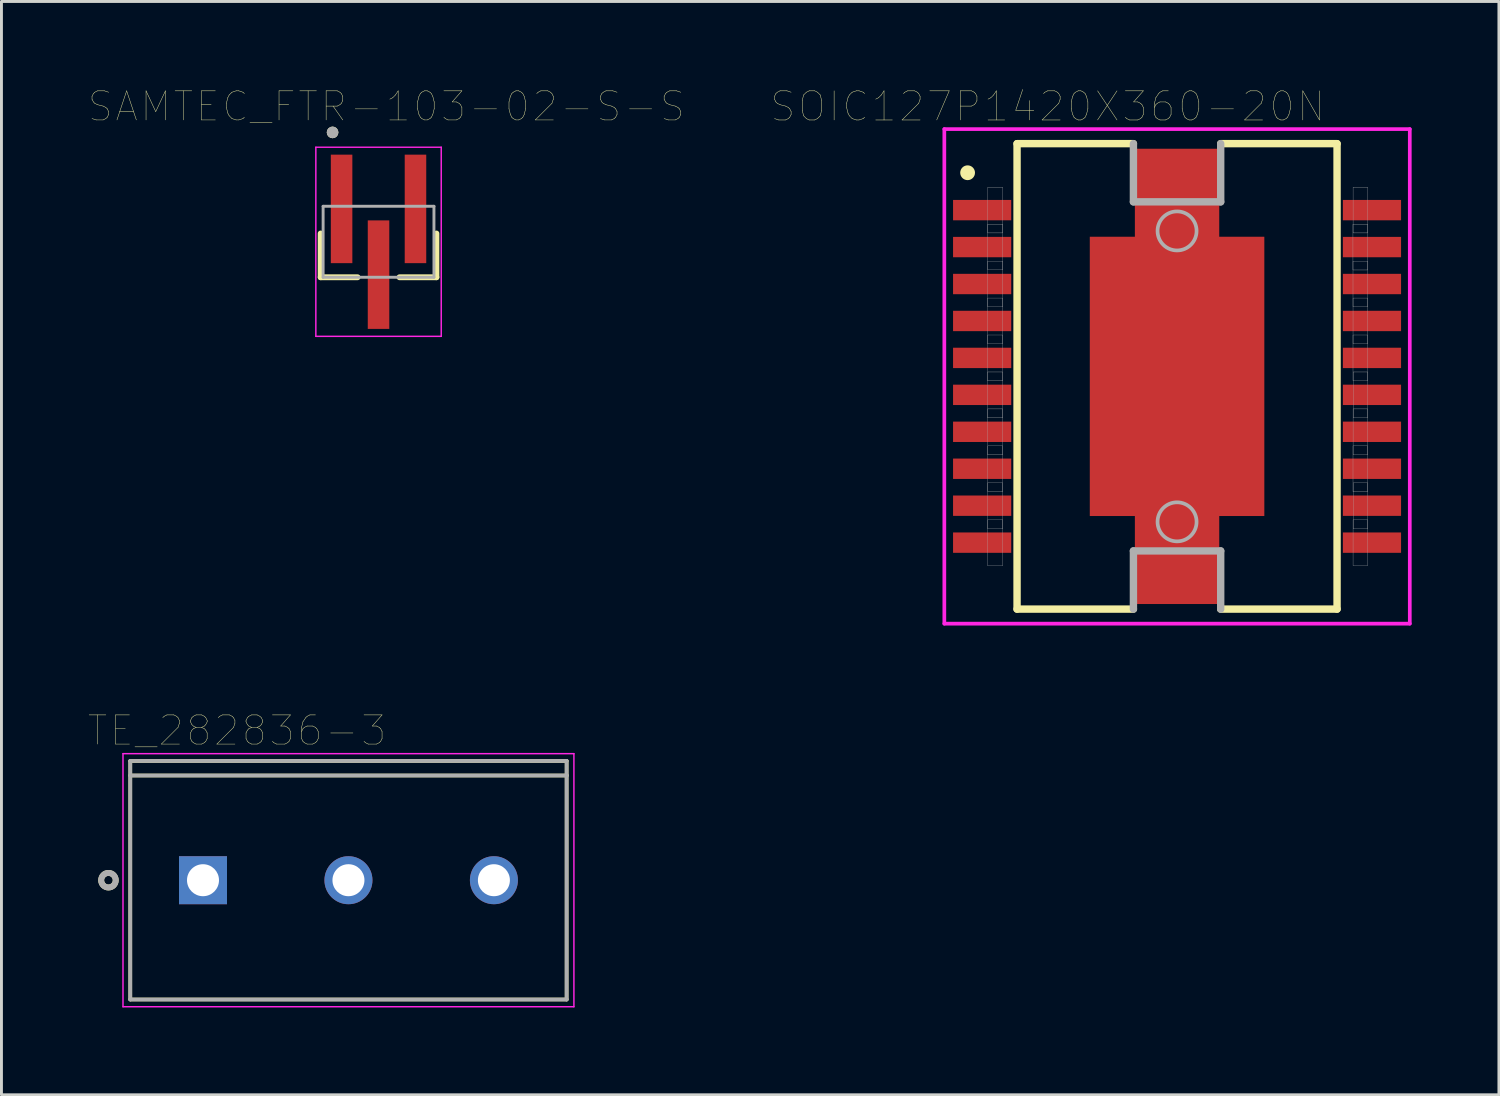
<source format=kicad_pcb>
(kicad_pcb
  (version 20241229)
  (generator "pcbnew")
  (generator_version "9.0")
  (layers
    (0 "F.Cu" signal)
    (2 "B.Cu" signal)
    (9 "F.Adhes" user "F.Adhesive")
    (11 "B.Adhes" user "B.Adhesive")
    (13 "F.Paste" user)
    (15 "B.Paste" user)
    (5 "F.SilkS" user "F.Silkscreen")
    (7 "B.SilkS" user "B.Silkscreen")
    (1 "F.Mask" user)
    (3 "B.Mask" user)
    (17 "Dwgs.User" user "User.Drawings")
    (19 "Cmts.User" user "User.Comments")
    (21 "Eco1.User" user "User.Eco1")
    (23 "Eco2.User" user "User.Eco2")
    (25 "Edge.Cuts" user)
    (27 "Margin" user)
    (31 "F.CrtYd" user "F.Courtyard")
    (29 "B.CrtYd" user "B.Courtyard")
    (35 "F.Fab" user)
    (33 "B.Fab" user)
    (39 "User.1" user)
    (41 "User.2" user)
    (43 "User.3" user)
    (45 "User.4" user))
  (footprint "SOIC127P1420X360-20N"
    (layer "F.Cu")
    (at 37.411 9.888)
    (property "Reference" "SOIC127P1420X360-20N" (at -4.448 -9.277 0) (layer "F.SilkS") (effects (font (size 1.001 1.001) (thickness 0.015))))
    (attr through_hole)
    (fp_line (start -5.5 8) (end -5.5 -8) (stroke (width 0.254) (type solid)) (layer "F.SilkS"))
    (fp_line (start -1.5 -8) (end -5.5 -8) (stroke (width 0.254) (type solid)) (layer "F.SilkS"))
    (fp_line (start -1.5 8) (end -5.5 8) (stroke (width 0.254) (type solid)) (layer "F.SilkS"))
    (fp_line (start 5.5 -8) (end 1.5 -8) (stroke (width 0.254) (type solid)) (layer "F.SilkS"))
    (fp_line (start 5.5 -8) (end 5.5 8) (stroke (width 0.254) (type solid)) (layer "F.SilkS"))
    (fp_line (start 5.5 8) (end 1.5 8) (stroke (width 0.254) (type solid)) (layer "F.SilkS"))
    (fp_circle (center -7.2 -7) (end -6.946 -7) (stroke (width 0) (type solid)) (fill yes) (layer "F.SilkS"))
    (fp_poly (pts (xy -1.901 -3) (xy 1.9 -3) (xy 1.9 3.001) (xy -1.901 3.001)) (stroke (width 0.01) (type solid)) (fill yes) (layer "F.Paste"))
    (fp_line (start -8 -8.5) (end -8 8.5) (stroke (width 0.127) (type solid)) (layer "F.CrtYd"))
    (fp_line (start -8 8.5) (end 8 8.5) (stroke (width 0.127) (type solid)) (layer "F.CrtYd"))
    (fp_line (start 8 -8.5) (end -8 -8.5) (stroke (width 0.127) (type solid)) (layer "F.CrtYd"))
    (fp_line (start 8 8.5) (end 8 -8.5) (stroke (width 0.127) (type solid)) (layer "F.CrtYd"))
    (fp_line (start -1.5 -6) (end -1.5 -8) (stroke (width 0.254) (type solid)) (layer "F.Fab"))
    (fp_line (start -1.5 -6) (end 1.5 -6) (stroke (width 0.254) (type solid)) (layer "F.Fab"))
    (fp_line (start -1.5 6) (end 1.5 6) (stroke (width 0.254) (type solid)) (layer "F.Fab"))
    (fp_line (start -1.5 8) (end -1.5 6) (stroke (width 0.254) (type solid)) (layer "F.Fab"))
    (fp_line (start 1.5 -6) (end 1.5 -8) (stroke (width 0.254) (type solid)) (layer "F.Fab"))
    (fp_line (start 1.5 8) (end 1.5 6) (stroke (width 0.254) (type solid)) (layer "F.Fab"))
    (fp_circle (center 0 -5) (end 0.671 -5) (stroke (width 0.127) (type solid)) (fill no) (layer "F.Fab"))
    (fp_circle (center 0 5) (end 0.671 5) (stroke (width 0.127) (type solid)) (fill no) (layer "F.Fab"))
    (fp_poly (pts (xy -6.515 -2.692) (xy -5.994 -2.692) (xy -5.994 -1.12) (xy -6.515 -1.12)) (stroke (width 0.01) (type solid)) (fill no) (layer "F.Fab"))
    (fp_poly (pts (xy -6.514 -1.422) (xy -5.994 -1.422) (xy -5.994 0.153) (xy -6.514 0.153)) (stroke (width 0.01) (type solid)) (fill no) (layer "F.Fab"))
    (fp_poly (pts (xy -6.514 -0.152) (xy -5.994 -0.152) (xy -5.994 1.425) (xy -6.514 1.425)) (stroke (width 0.01) (type solid)) (fill no) (layer "F.Fab"))
    (fp_poly (pts (xy -6.513 1.118) (xy -5.994 1.118) (xy -5.994 2.697) (xy -6.513 2.697)) (stroke (width 0.01) (type solid)) (fill no) (layer "F.Fab"))
    (fp_poly (pts (xy -6.512 3.658) (xy -5.994 3.658) (xy -5.994 5.24) (xy -6.512 5.24)) (stroke (width 0.01) (type solid)) (fill no) (layer "F.Fab"))
    (fp_poly (pts (xy -6.511 4.928) (xy -5.994 4.928) (xy -5.994 6.511) (xy -6.511 6.511)) (stroke (width 0.01) (type solid)) (fill no) (layer "F.Fab"))
    (fp_poly (pts (xy -6.508 -5.232) (xy -5.994 -5.232) (xy -5.994 -3.661) (xy -6.508 -3.661)) (stroke (width 0.01) (type solid)) (fill no) (layer "F.Fab"))
    (fp_poly (pts (xy -6.508 -6.502) (xy -5.994 -6.502) (xy -5.994 -4.932) (xy -6.508 -4.932)) (stroke (width 0.01) (type solid)) (fill no) (layer "F.Fab"))
    (fp_poly (pts (xy -6.507 -3.962) (xy -5.994 -3.962) (xy -5.994 -2.389) (xy -6.507 -2.389)) (stroke (width 0.01) (type solid)) (fill no) (layer "F.Fab"))
    (fp_poly (pts (xy -6.505 2.388) (xy -5.994 2.388) (xy -5.994 3.964) (xy -6.505 3.964)) (stroke (width 0.01) (type solid)) (fill no) (layer "F.Fab"))
    (fp_poly (pts (xy 6.046 -5.232) (xy 6.553 -5.232) (xy 6.553 -3.658) (xy 6.046 -3.658)) (stroke (width 0.01) (type solid)) (fill no) (layer "F.Fab"))
    (fp_poly (pts (xy 6.048 2.388) (xy 6.553 2.388) (xy 6.553 3.964) (xy 6.048 3.964)) (stroke (width 0.01) (type solid)) (fill no) (layer "F.Fab"))
    (fp_poly (pts (xy 6.048 -3.962) (xy 6.553 -3.962) (xy 6.553 -2.389) (xy 6.048 -2.389)) (stroke (width 0.01) (type solid)) (fill no) (layer "F.Fab"))
    (fp_poly (pts (xy 6.048 -1.422) (xy 6.553 -1.422) (xy 6.553 0.152) (xy 6.048 0.152)) (stroke (width 0.01) (type solid)) (fill no) (layer "F.Fab"))
    (fp_poly (pts (xy 6.049 -2.692) (xy 6.553 -2.692) (xy 6.553 -1.118) (xy 6.049 -1.118)) (stroke (width 0.01) (type solid)) (fill no) (layer "F.Fab"))
    (fp_poly (pts (xy 6.05 4.928) (xy 6.553 4.928) (xy 6.553 6.507) (xy 6.05 6.507)) (stroke (width 0.01) (type solid)) (fill no) (layer "F.Fab"))
    (fp_poly (pts (xy 6.051 -6.502) (xy 6.553 -6.502) (xy 6.553 -4.932) (xy 6.051 -4.932)) (stroke (width 0.01) (type solid)) (fill no) (layer "F.Fab"))
    (fp_poly (pts (xy 6.051 1.118) (xy 6.553 1.118) (xy 6.553 2.695) (xy 6.051 2.695)) (stroke (width 0.01) (type solid)) (fill no) (layer "F.Fab"))
    (fp_poly (pts (xy 6.053 -0.152) (xy 6.553 -0.152) (xy 6.553 1.424) (xy 6.053 1.424)) (stroke (width 0.01) (type solid)) (fill no) (layer "F.Fab"))
    (fp_poly (pts (xy 6.056 3.658) (xy 6.553 3.658) (xy 6.553 5.242) (xy 6.056 5.242)) (stroke (width 0.01) (type solid)) (fill no) (layer "F.Fab"))
    (pad "1" smd rect (at -6.7 -5.715) (size 2 0.7) (layers "F.Cu" "F.Mask" "F.Paste"))
    (pad "2" smd rect (at -6.7 -4.445) (size 2 0.7) (layers "F.Cu" "F.Mask" "F.Paste"))
    (pad "3" smd rect (at -6.7 -3.175) (size 2 0.7) (layers "F.Cu" "F.Mask" "F.Paste"))
    (pad "4" smd rect (at -6.7 -1.905) (size 2 0.7) (layers "F.Cu" "F.Mask" "F.Paste"))
    (pad "5" smd rect (at -6.7 -0.635) (size 2 0.7) (layers "F.Cu" "F.Mask" "F.Paste"))
    (pad "6" smd rect (at -6.7 0.635) (size 2 0.7) (layers "F.Cu" "F.Mask" "F.Paste"))
    (pad "7" smd rect (at -6.7 1.905) (size 2 0.7) (layers "F.Cu" "F.Mask" "F.Paste"))
    (pad "8" smd rect (at -6.7 3.175) (size 2 0.7) (layers "F.Cu" "F.Mask" "F.Paste"))
    (pad "9" smd rect (at -6.7 4.445) (size 2 0.7) (layers "F.Cu" "F.Mask" "F.Paste"))
    (pad "10" smd rect (at -6.7 5.715) (size 2 0.7) (layers "F.Cu" "F.Mask" "F.Paste"))
    (pad "11" smd rect (at 6.7 5.715) (size 2 0.7) (layers "F.Cu" "F.Mask" "F.Paste"))
    (pad "12" smd rect (at 6.7 4.445) (size 2 0.7) (layers "F.Cu" "F.Mask" "F.Paste"))
    (pad "13" smd rect (at 6.7 3.175) (size 2 0.7) (layers "F.Cu" "F.Mask" "F.Paste"))
    (pad "14" smd rect (at 6.7 1.905) (size 2 0.7) (layers "F.Cu" "F.Mask" "F.Paste"))
    (pad "15" smd rect (at 6.7 0.635) (size 2 0.7) (layers "F.Cu" "F.Mask" "F.Paste"))
    (pad "16" smd rect (at 6.7 -0.635) (size 2 0.7) (layers "F.Cu" "F.Mask" "F.Paste"))
    (pad "17" smd rect (at 6.7 -1.905) (size 2 0.7) (layers "F.Cu" "F.Mask" "F.Paste"))
    (pad "18" smd rect (at 6.7 -3.175) (size 2 0.7) (layers "F.Cu" "F.Mask" "F.Paste"))
    (pad "19" smd rect (at 6.7 -4.445) (size 2 0.7) (layers "F.Cu" "F.Mask" "F.Paste"))
    (pad "20" smd rect (at 6.7 -5.715) (size 2 0.7) (layers "F.Cu" "F.Mask" "F.Paste"))
    (pad "21" smd rect (at 0 0) (size 6 9.6) (layers "F.Cu" "F.Mask"))
    (pad "22" smd rect (at 0 -6.3) (size 2.9 3.05) (layers "F.Cu" "F.Mask"))
    (pad "23" smd rect (at 0 6.3) (size 2.9 3.05) (layers "F.Cu" "F.Mask")))
  (footprint "SAMTEC_FTR-103-02-S-S"
    (layer "F.Cu")
    (at 9.962 5.261)
    (property "Reference" "SAMTEC_FTR-103-02-S-S" (at 0.27 -4.65 0) (layer "F.SilkS") (effects (font (size 1 1) (thickness 0.015))))
    (attr through_hole)
    (fp_line (start -1.99 1.22) (end -1.99 -0.285) (stroke (width 0.2) (type solid)) (layer "F.SilkS"))
    (fp_line (start -1.99 1.22) (end -0.72 1.22) (stroke (width 0.2) (type solid)) (layer "F.SilkS"))
    (fp_line (start 1.99 1.22) (end 0.72 1.22) (stroke (width 0.2) (type solid)) (layer "F.SilkS"))
    (fp_line (start 1.99 1.22) (end 1.99 -0.285) (stroke (width 0.2) (type solid)) (layer "F.SilkS"))
    (fp_circle (center -1.58 -3.76) (end -1.48 -3.76) (stroke (width 0.2) (type solid)) (fill no) (layer "F.SilkS"))
    (fp_line (start -2.155 -3.25) (end 2.155 -3.25) (stroke (width 0.05) (type solid)) (layer "F.CrtYd"))
    (fp_line (start -2.155 3.25) (end -2.155 -3.25) (stroke (width 0.05) (type solid)) (layer "F.CrtYd"))
    (fp_line (start 2.155 -3.25) (end 2.155 3.25) (stroke (width 0.05) (type solid)) (layer "F.CrtYd"))
    (fp_line (start 2.155 3.25) (end -2.155 3.25) (stroke (width 0.05) (type solid)) (layer "F.CrtYd"))
    (fp_line (start -1.905 -1.22) (end 1.905 -1.22) (stroke (width 0.1) (type solid)) (layer "F.Fab"))
    (fp_line (start -1.905 1.22) (end -1.905 -1.22) (stroke (width 0.1) (type solid)) (layer "F.Fab"))
    (fp_line (start 1.905 -1.22) (end 1.905 1.22) (stroke (width 0.1) (type solid)) (layer "F.Fab"))
    (fp_line (start 1.905 1.22) (end -1.905 1.22) (stroke (width 0.1) (type solid)) (layer "F.Fab"))
    (fp_circle (center -1.58 -3.76) (end -1.48 -3.76) (stroke (width 0.2) (type solid)) (fill no) (layer "F.Fab"))
    (pad "01" smd rect (at -1.27 -1.13) (size 0.74 3.73) (layers "F.Cu" "F.Mask" "F.Paste"))
    (pad "02" smd rect (at 0 1.13) (size 0.74 3.73) (layers "F.Cu" "F.Mask" "F.Paste"))
    (pad "03" smd rect (at 1.27 -1.13) (size 0.74 3.73) (layers "F.Cu" "F.Mask" "F.Paste")))
  (footprint "TE_282836-3"
    (layer "F.Cu")
    (at 8.928 27.207)
    (property "Reference" "TE_282836-3" (at -3.831 -5.143 0) (layer "F.SilkS") (effects (font (size 1.002 1.002) (thickness 0.015))))
    (attr through_hole)
    (fp_line (start -7.5 -4.1) (end 7.5 -4.1) (stroke (width 0.127) (type solid)) (layer "F.SilkS"))
    (fp_line (start -7.5 -3.6) (end 7.5 -3.6) (stroke (width 0.127) (type solid)) (layer "F.SilkS"))
    (fp_line (start -7.5 4.1) (end -7.5 -4.1) (stroke (width 0.127) (type solid)) (layer "F.SilkS"))
    (fp_line (start 7.5 -4.1) (end 7.5 -3.6) (stroke (width 0.127) (type solid)) (layer "F.SilkS"))
    (fp_line (start 7.5 -3.6) (end 7.5 4.1) (stroke (width 0.127) (type solid)) (layer "F.SilkS"))
    (fp_line (start 7.5 4.1) (end -7.5 4.1) (stroke (width 0.127) (type solid)) (layer "F.SilkS"))
    (fp_circle (center -8.25 0) (end -8 0) (stroke (width 0.203) (type solid)) (fill no) (layer "F.SilkS"))
    (fp_line (start -7.75 -4.35) (end 7.75 -4.35) (stroke (width 0.05) (type solid)) (layer "F.CrtYd"))
    (fp_line (start -7.75 4.35) (end -7.75 -4.35) (stroke (width 0.05) (type solid)) (layer "F.CrtYd"))
    (fp_line (start 7.75 -4.35) (end 7.75 4.35) (stroke (width 0.05) (type solid)) (layer "F.CrtYd"))
    (fp_line (start 7.75 4.35) (end -7.75 4.35) (stroke (width 0.05) (type solid)) (layer "F.CrtYd"))
    (fp_line (start -7.5 -4.1) (end 7.5 -4.1) (stroke (width 0.127) (type solid)) (layer "F.Fab"))
    (fp_line (start -7.5 -3.6) (end 7.5 -3.6) (stroke (width 0.127) (type solid)) (layer "F.Fab"))
    (fp_line (start -7.5 4.1) (end -7.5 -4.1) (stroke (width 0.127) (type solid)) (layer "F.Fab"))
    (fp_line (start 7.5 -4.1) (end 7.5 -3.6) (stroke (width 0.127) (type solid)) (layer "F.Fab"))
    (fp_line (start 7.5 -3.6) (end 7.5 4.1) (stroke (width 0.127) (type solid)) (layer "F.Fab"))
    (fp_line (start 7.5 4.1) (end -7.5 4.1) (stroke (width 0.127) (type solid)) (layer "F.Fab"))
    (fp_circle (center -8.25 0) (end -8 0) (stroke (width 0.203) (type solid)) (fill no) (layer "F.Fab"))
    (pad "1" thru_hole rect (at -5 0) (size 1.65 1.65) (drill 1.1) (layers "*.Cu" "*.Mask"))
    (pad "2" thru_hole circle (at 0 0) (size 1.65 1.65) (drill 1.1) (layers "*.Cu" "*.Mask"))
    (pad "3" thru_hole circle (at 5 0) (size 1.65 1.65) (drill 1.1) (layers "*.Cu" "*.Mask")))
  (gr_rect
    (start -3 -3)
    (end 48.475 34.582)
    (stroke (width 0.1) (type default))
    (fill no)
    (layer "Edge.Cuts")))
</source>
